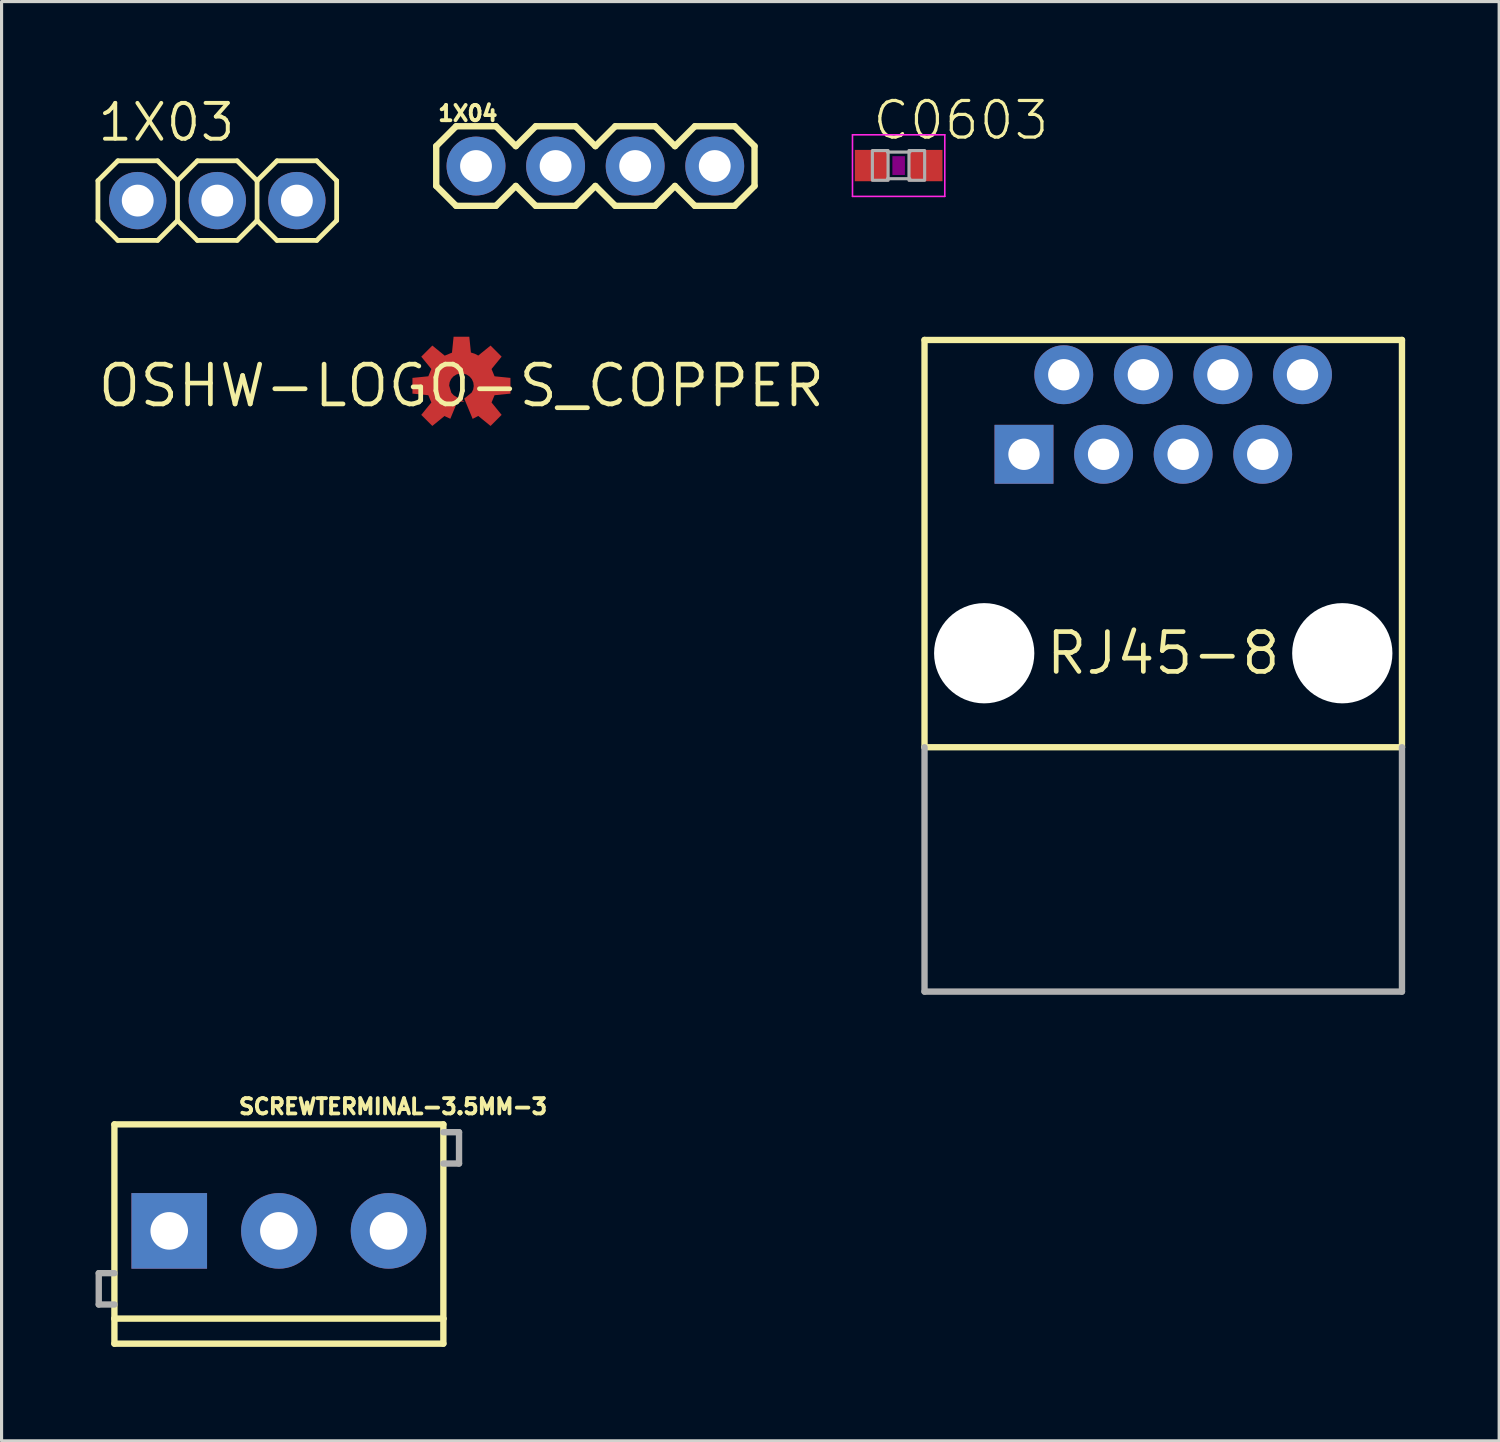
<source format=kicad_pcb>
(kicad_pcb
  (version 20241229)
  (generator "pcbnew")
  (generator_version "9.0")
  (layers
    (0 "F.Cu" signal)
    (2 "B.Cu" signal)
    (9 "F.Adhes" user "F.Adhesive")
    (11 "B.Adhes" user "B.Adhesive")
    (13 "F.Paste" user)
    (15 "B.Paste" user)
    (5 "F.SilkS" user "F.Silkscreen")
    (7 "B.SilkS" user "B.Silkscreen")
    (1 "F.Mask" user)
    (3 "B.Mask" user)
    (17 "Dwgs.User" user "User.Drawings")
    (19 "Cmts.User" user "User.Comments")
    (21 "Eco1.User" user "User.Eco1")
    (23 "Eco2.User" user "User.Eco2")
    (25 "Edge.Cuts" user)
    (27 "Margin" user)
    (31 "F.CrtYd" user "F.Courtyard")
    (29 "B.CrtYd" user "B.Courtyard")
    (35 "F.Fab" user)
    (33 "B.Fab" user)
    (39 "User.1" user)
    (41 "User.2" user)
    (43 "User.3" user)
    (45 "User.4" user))
  (footprint "C0603"
    (layer "F.Cu")
    (at 25.634 2.235)
    (property "Reference" "C0603" (at -0.889 -0.762 0) (layer "F.SilkS") (effects (font (size 1.168 1.168) (thickness 0.102)) (justify left bottom)))
    (fp_poly (pts (xy -0.2 0.3) (xy 0.2 0.3) (xy 0.2 -0.3) (xy -0.2 -0.3)) (stroke (width 0) (type default)) (fill yes) (layer "F.Adhes"))
    (fp_line (start -1.473 -0.983) (end 1.473 -0.983) (stroke (width 0.051) (type solid)) (layer "F.CrtYd"))
    (fp_line (start -1.473 0.983) (end -1.473 -0.983) (stroke (width 0.051) (type solid)) (layer "F.CrtYd"))
    (fp_line (start 1.473 -0.983) (end 1.473 0.983) (stroke (width 0.051) (type solid)) (layer "F.CrtYd"))
    (fp_line (start 1.473 0.983) (end -1.473 0.983) (stroke (width 0.051) (type solid)) (layer "F.CrtYd"))
    (fp_line (start -0.356 -0.432) (end 0.356 -0.432) (stroke (width 0.102) (type solid)) (layer "F.Fab"))
    (fp_line (start -0.356 0.419) (end 0.356 0.419) (stroke (width 0.102) (type solid)) (layer "F.Fab"))
    (fp_poly (pts (xy -0.838 0.47) (xy -0.338 0.47) (xy -0.338 -0.48) (xy -0.838 -0.48)) (stroke (width 0.1) (type default)) (fill no) (layer "F.Fab"))
    (fp_poly (pts (xy 0.33 0.47) (xy 0.83 0.47) (xy 0.83 -0.48) (xy 0.33 -0.48)) (stroke (width 0.1) (type default)) (fill no) (layer "F.Fab"))
    (pad "1" smd rect (at -0.85 0) (size 1.1 1) (layers "F.Cu" "F.Mask" "F.Paste"))
    (pad "2" smd rect (at 0.85 0) (size 1.1 1) (layers "F.Cu" "F.Mask" "F.Paste")))
  (footprint "RJ45-8"
    (layer "F.Cu")
    (at 34.08 17.801)
    (property "Reference" "RJ45-8" (at 0 0 0) (layer "F.SilkS") (effects (font (size 1.27 1.27) (thickness 0.15))))
    (fp_line (start -7.62 -10) (end 7.62 -10) (stroke (width 0.203) (type solid)) (layer "F.SilkS"))
    (fp_line (start -7.62 3) (end -7.62 -10) (stroke (width 0.203) (type solid)) (layer "F.SilkS"))
    (fp_line (start -7.62 3) (end 7.62 3) (stroke (width 0.203) (type solid)) (layer "F.SilkS"))
    (fp_line (start 7.62 -10) (end 7.62 3) (stroke (width 0.203) (type solid)) (layer "F.SilkS"))
    (fp_line (start -7.62 3) (end -7.62 10.8) (stroke (width 0.203) (type solid)) (layer "F.Fab"))
    (fp_line (start -7.62 10.8) (end 7.62 10.8) (stroke (width 0.203) (type solid)) (layer "F.Fab"))
    (fp_line (start 7.62 10.8) (end 7.62 3) (stroke (width 0.203) (type solid)) (layer "F.Fab"))
    (pad "" np_thru_hole circle (at -5.715 0) (size 3.2 3.2) (drill 3.2) (layers "*.Cu" "*.Mask"))
    (pad "" np_thru_hole circle (at 5.715 0) (size 3.2 3.2) (drill 3.2) (layers "*.Cu" "*.Mask"))
    (pad "1" thru_hole rect (at -4.445 -6.35) (size 1.88 1.88) (drill 1) (layers "*.Cu" "*.Mask"))
    (pad "2" thru_hole circle (at -3.175 -8.89) (size 1.88 1.88) (drill 1) (layers "*.Cu" "*.Mask"))
    (pad "3" thru_hole circle (at -1.905 -6.35) (size 1.88 1.88) (drill 1) (layers "*.Cu" "*.Mask"))
    (pad "4" thru_hole circle (at -0.635 -8.89) (size 1.88 1.88) (drill 1) (layers "*.Cu" "*.Mask"))
    (pad "5" thru_hole circle (at 0.635 -6.35) (size 1.88 1.88) (drill 1) (layers "*.Cu" "*.Mask"))
    (pad "6" thru_hole circle (at 1.905 -8.89) (size 1.88 1.88) (drill 1) (layers "*.Cu" "*.Mask"))
    (pad "7" thru_hole circle (at 3.175 -6.35) (size 1.88 1.88) (drill 1) (layers "*.Cu" "*.Mask"))
    (pad "8" thru_hole circle (at 4.445 -8.89) (size 1.88 1.88) (drill 1) (layers "*.Cu" "*.Mask")))
  (footprint "SCREWTERMINAL-3.5MM-3"
    (layer "F.Cu")
    (at 2.352 36.239)
    (property "Reference" "SCREWTERMINAL-3.5MM-3" (at 2.159 -3.683 0) (layer "F.SilkS") (effects (font (size 0.488 0.488) (thickness 0.122)) (justify left bottom)))
    (fp_line (start -1.75 -3.4) (end 8.75 -3.4) (stroke (width 0.203) (type solid)) (layer "F.SilkS"))
    (fp_line (start -1.75 2.8) (end -1.75 -3.4) (stroke (width 0.203) (type solid)) (layer "F.SilkS"))
    (fp_line (start -1.75 3.6) (end -1.75 2.8) (stroke (width 0.203) (type solid)) (layer "F.SilkS"))
    (fp_line (start 8.75 -3.4) (end 8.75 2.8) (stroke (width 0.203) (type solid)) (layer "F.SilkS"))
    (fp_line (start 8.75 2.8) (end -1.75 2.8) (stroke (width 0.203) (type solid)) (layer "F.SilkS"))
    (fp_line (start 8.75 2.8) (end 8.75 3.6) (stroke (width 0.203) (type solid)) (layer "F.SilkS"))
    (fp_line (start 8.75 3.6) (end -1.75 3.6) (stroke (width 0.203) (type solid)) (layer "F.SilkS"))
    (fp_line (start -2.25 1.35) (end -2.25 2.35) (stroke (width 0.203) (type solid)) (layer "F.Fab"))
    (fp_line (start -2.25 2.35) (end -1.75 2.35) (stroke (width 0.203) (type solid)) (layer "F.Fab"))
    (fp_line (start -1.75 1.35) (end -2.25 1.35) (stroke (width 0.203) (type solid)) (layer "F.Fab"))
    (fp_line (start 8.75 -3.15) (end 9.25 -3.15) (stroke (width 0.203) (type solid)) (layer "F.Fab"))
    (fp_line (start 9.25 -3.15) (end 9.25 -2.15) (stroke (width 0.203) (type solid)) (layer "F.Fab"))
    (fp_line (start 9.25 -2.15) (end 8.75 -2.15) (stroke (width 0.203) (type solid)) (layer "F.Fab"))
    (pad "1" thru_hole rect (at 0 0) (size 2.413 2.413) (drill 1.2) (layers "*.Cu" "*.Mask"))
    (pad "2" thru_hole circle (at 3.5 0) (size 2.413 2.413) (drill 1.2) (layers "*.Cu" "*.Mask"))
    (pad "3" thru_hole circle (at 7 0) (size 2.413 2.413) (drill 1.2) (layers "*.Cu" "*.Mask")))
  (footprint "OSHW-LOGO-S_COPPER"
    (layer "F.Cu")
    (at 11.679 9.263)
    (property "Reference" "OSHW-LOGO-S_COPPER" (at 0 0 0) (layer "F.SilkS") (effects (font (size 1.27 1.27) (thickness 0.15))))
    (fp_poly (pts (xy 0.302 -1.061) (xy 0.423 -1.022) (xy 0.537 -0.964) (xy 0.929 -1.283) (xy 1.283 -0.929) (xy 0.961 -0.534) (xy 1.057 -0.302) (xy 1.564 -0.251) (xy 1.564 0.251) (xy 1.057 0.302) (xy 0.961 0.534) (xy 1.283 0.929) (xy 0.929 1.283) (xy 0.537 0.964) (xy 0.357 1.057) (xy 0.089 0.41) (xy 0.326 0.218) (xy 0.374 0.121) (xy 0.393 0.01) (xy 0.379 -0.102) (xy 0.335 -0.205) (xy 0.263 -0.292) (xy 0.169 -0.355) (xy 0.061 -0.388) (xy -0.051 -0.389) (xy -0.16 -0.359) (xy -0.255 -0.299) (xy -0.33 -0.214) (xy -0.377 -0.112) (xy -0.392 -0.006) (xy -0.323 0.223) (xy -0.249 0.304) (xy 0.092 0.508) (xy -0.129 0.508) (xy -0.355 1.054) (xy -0.504 0.985) (xy -0.509 0.982) (xy -0.539 0.965) (xy -0.929 1.283) (xy -1.283 0.929) (xy -0.961 0.534) (xy -1.057 0.302) (xy -1.564 0.251) (xy -1.564 -0.251) (xy -1.057 -0.302) (xy -0.961 -0.534) (xy -1.283 -0.929) (xy -0.929 -1.283) (xy -0.534 -0.961) (xy -0.302 -1.057) (xy -0.251 -1.564) (xy 0.251 -1.564)) (stroke (width 0) (type default)) (fill yes) (layer "F.Cu")))
  (footprint "1X04"
    (layer "F.Cu")
    (at 12.144 2.25)
    (property "Reference" "1X04" (at -1.27 -1.397 0) (layer "F.SilkS") (effects (font (size 0.488 0.488) (thickness 0.122)) (justify left bottom)))
    (fp_line (start -1.27 -0.635) (end -1.27 0.635) (stroke (width 0.203) (type solid)) (layer "F.SilkS"))
    (fp_line (start -1.27 0.635) (end -0.635 1.27) (stroke (width 0.203) (type solid)) (layer "F.SilkS"))
    (fp_line (start -0.635 -1.27) (end -1.27 -0.635) (stroke (width 0.203) (type solid)) (layer "F.SilkS"))
    (fp_line (start -0.635 -1.27) (end 0.635 -1.27) (stroke (width 0.203) (type solid)) (layer "F.SilkS"))
    (fp_line (start 0.635 -1.27) (end 1.27 -0.635) (stroke (width 0.203) (type solid)) (layer "F.SilkS"))
    (fp_line (start 0.635 1.27) (end -0.635 1.27) (stroke (width 0.203) (type solid)) (layer "F.SilkS"))
    (fp_line (start 1.27 -0.635) (end 1.905 -1.27) (stroke (width 0.203) (type solid)) (layer "F.SilkS"))
    (fp_line (start 1.27 0.635) (end 0.635 1.27) (stroke (width 0.203) (type solid)) (layer "F.SilkS"))
    (fp_line (start 1.905 -1.27) (end 3.175 -1.27) (stroke (width 0.203) (type solid)) (layer "F.SilkS"))
    (fp_line (start 1.905 1.27) (end 1.27 0.635) (stroke (width 0.203) (type solid)) (layer "F.SilkS"))
    (fp_line (start 3.175 -1.27) (end 3.81 -0.635) (stroke (width 0.203) (type solid)) (layer "F.SilkS"))
    (fp_line (start 3.175 1.27) (end 1.905 1.27) (stroke (width 0.203) (type solid)) (layer "F.SilkS"))
    (fp_line (start 3.81 -0.635) (end 4.445 -1.27) (stroke (width 0.203) (type solid)) (layer "F.SilkS"))
    (fp_line (start 3.81 0.635) (end 3.175 1.27) (stroke (width 0.203) (type solid)) (layer "F.SilkS"))
    (fp_line (start 4.445 -1.27) (end 5.715 -1.27) (stroke (width 0.203) (type solid)) (layer "F.SilkS"))
    (fp_line (start 4.445 1.27) (end 3.81 0.635) (stroke (width 0.203) (type solid)) (layer "F.SilkS"))
    (fp_line (start 5.715 -1.27) (end 6.35 -0.635) (stroke (width 0.203) (type solid)) (layer "F.SilkS"))
    (fp_line (start 5.715 1.27) (end 4.445 1.27) (stroke (width 0.203) (type solid)) (layer "F.SilkS"))
    (fp_line (start 6.35 0.635) (end 5.715 1.27) (stroke (width 0.203) (type solid)) (layer "F.SilkS"))
    (fp_line (start 6.35 0.635) (end 6.985 1.27) (stroke (width 0.203) (type solid)) (layer "F.SilkS"))
    (fp_line (start 6.985 -1.27) (end 6.35 -0.635) (stroke (width 0.203) (type solid)) (layer "F.SilkS"))
    (fp_line (start 6.985 -1.27) (end 8.255 -1.27) (stroke (width 0.203) (type solid)) (layer "F.SilkS"))
    (fp_line (start 8.255 -1.27) (end 8.89 -0.635) (stroke (width 0.203) (type solid)) (layer "F.SilkS"))
    (fp_line (start 8.255 1.27) (end 6.985 1.27) (stroke (width 0.203) (type solid)) (layer "F.SilkS"))
    (fp_line (start 8.89 -0.635) (end 8.89 0.635) (stroke (width 0.203) (type solid)) (layer "F.SilkS"))
    (fp_line (start 8.89 0.635) (end 8.255 1.27) (stroke (width 0.203) (type solid)) (layer "F.SilkS"))
    (fp_poly (pts (xy -0.254 0.254) (xy 0.254 0.254) (xy 0.254 -0.254) (xy -0.254 -0.254)) (stroke (width 0.1) (type default)) (fill no) (layer "F.Fab"))
    (fp_poly (pts (xy 2.286 0.254) (xy 2.794 0.254) (xy 2.794 -0.254) (xy 2.286 -0.254)) (stroke (width 0.1) (type default)) (fill no) (layer "F.Fab"))
    (fp_poly (pts (xy 4.826 0.254) (xy 5.334 0.254) (xy 5.334 -0.254) (xy 4.826 -0.254)) (stroke (width 0.1) (type default)) (fill no) (layer "F.Fab"))
    (fp_poly (pts (xy 7.366 0.254) (xy 7.874 0.254) (xy 7.874 -0.254) (xy 7.366 -0.254)) (stroke (width 0.1) (type default)) (fill no) (layer "F.Fab"))
    (pad "1" thru_hole circle (at 0 0 90) (size 1.88 1.88) (drill 1.016) (layers "*.Cu" "*.Mask"))
    (pad "2" thru_hole circle (at 2.54 0 90) (size 1.88 1.88) (drill 1.016) (layers "*.Cu" "*.Mask"))
    (pad "3" thru_hole circle (at 5.08 0 90) (size 1.88 1.88) (drill 1.016) (layers "*.Cu" "*.Mask"))
    (pad "4" thru_hole circle (at 7.62 0 90) (size 1.88 1.88) (drill 1.016) (layers "*.Cu" "*.Mask")))
  (footprint "1X03"
    (layer "F.Cu")
    (at 3.886 3.353)
    (property "Reference" "1X03" (at -3.886 -1.829 0) (layer "F.SilkS") (effects (font (size 1.143 1.143) (thickness 0.127)) (justify left bottom)))
    (fp_line (start -3.81 -0.635) (end -3.81 0.635) (stroke (width 0.152) (type solid)) (layer "F.SilkS"))
    (fp_line (start -3.81 0.635) (end -3.175 1.27) (stroke (width 0.152) (type solid)) (layer "F.SilkS"))
    (fp_line (start -3.175 -1.27) (end -3.81 -0.635) (stroke (width 0.152) (type solid)) (layer "F.SilkS"))
    (fp_line (start -3.175 -1.27) (end -1.905 -1.27) (stroke (width 0.152) (type solid)) (layer "F.SilkS"))
    (fp_line (start -1.905 -1.27) (end -1.27 -0.635) (stroke (width 0.152) (type solid)) (layer "F.SilkS"))
    (fp_line (start -1.905 1.27) (end -3.175 1.27) (stroke (width 0.152) (type solid)) (layer "F.SilkS"))
    (fp_line (start -1.27 -0.635) (end -1.27 0.635) (stroke (width 0.152) (type solid)) (layer "F.SilkS"))
    (fp_line (start -1.27 -0.635) (end -0.635 -1.27) (stroke (width 0.152) (type solid)) (layer "F.SilkS"))
    (fp_line (start -1.27 0.635) (end -1.905 1.27) (stroke (width 0.152) (type solid)) (layer "F.SilkS"))
    (fp_line (start -0.635 -1.27) (end 0.635 -1.27) (stroke (width 0.152) (type solid)) (layer "F.SilkS"))
    (fp_line (start -0.635 1.27) (end -1.27 0.635) (stroke (width 0.152) (type solid)) (layer "F.SilkS"))
    (fp_line (start 0.635 -1.27) (end 1.27 -0.635) (stroke (width 0.152) (type solid)) (layer "F.SilkS"))
    (fp_line (start 0.635 1.27) (end -0.635 1.27) (stroke (width 0.152) (type solid)) (layer "F.SilkS"))
    (fp_line (start 1.27 -0.635) (end 1.27 0.635) (stroke (width 0.152) (type solid)) (layer "F.SilkS"))
    (fp_line (start 1.27 -0.635) (end 1.905 -1.27) (stroke (width 0.152) (type solid)) (layer "F.SilkS"))
    (fp_line (start 1.27 0.635) (end 0.635 1.27) (stroke (width 0.152) (type solid)) (layer "F.SilkS"))
    (fp_line (start 1.905 -1.27) (end 3.175 -1.27) (stroke (width 0.152) (type solid)) (layer "F.SilkS"))
    (fp_line (start 1.905 1.27) (end 1.27 0.635) (stroke (width 0.152) (type solid)) (layer "F.SilkS"))
    (fp_line (start 3.175 -1.27) (end 3.81 -0.635) (stroke (width 0.152) (type solid)) (layer "F.SilkS"))
    (fp_line (start 3.175 1.27) (end 1.905 1.27) (stroke (width 0.152) (type solid)) (layer "F.SilkS"))
    (fp_line (start 3.81 -0.635) (end 3.81 0.635) (stroke (width 0.152) (type solid)) (layer "F.SilkS"))
    (fp_line (start 3.81 0.635) (end 3.175 1.27) (stroke (width 0.152) (type solid)) (layer "F.SilkS"))
    (fp_poly (pts (xy -2.794 0.254) (xy -2.286 0.254) (xy -2.286 -0.254) (xy -2.794 -0.254)) (stroke (width 0.1) (type default)) (fill no) (layer "F.Fab"))
    (fp_poly (pts (xy -0.254 0.254) (xy 0.254 0.254) (xy 0.254 -0.254) (xy -0.254 -0.254)) (stroke (width 0.1) (type default)) (fill no) (layer "F.Fab"))
    (fp_poly (pts (xy 2.286 0.254) (xy 2.794 0.254) (xy 2.794 -0.254) (xy 2.286 -0.254)) (stroke (width 0.1) (type default)) (fill no) (layer "F.Fab"))
    (pad "1" thru_hole circle (at -2.54 0 90) (size 1.829 1.829) (drill 1.016) (layers "*.Cu" "*.Mask"))
    (pad "2" thru_hole circle (at 0 0 90) (size 1.829 1.829) (drill 1.016) (layers "*.Cu" "*.Mask"))
    (pad "3" thru_hole circle (at 2.54 0 90) (size 1.829 1.829) (drill 1.016) (layers "*.Cu" "*.Mask")))
  (gr_rect
    (start -3 -3)
    (end 44.802 42.94)
    (stroke (width 0.1) (type default))
    (fill no)
    (layer "Edge.Cuts")))
</source>
